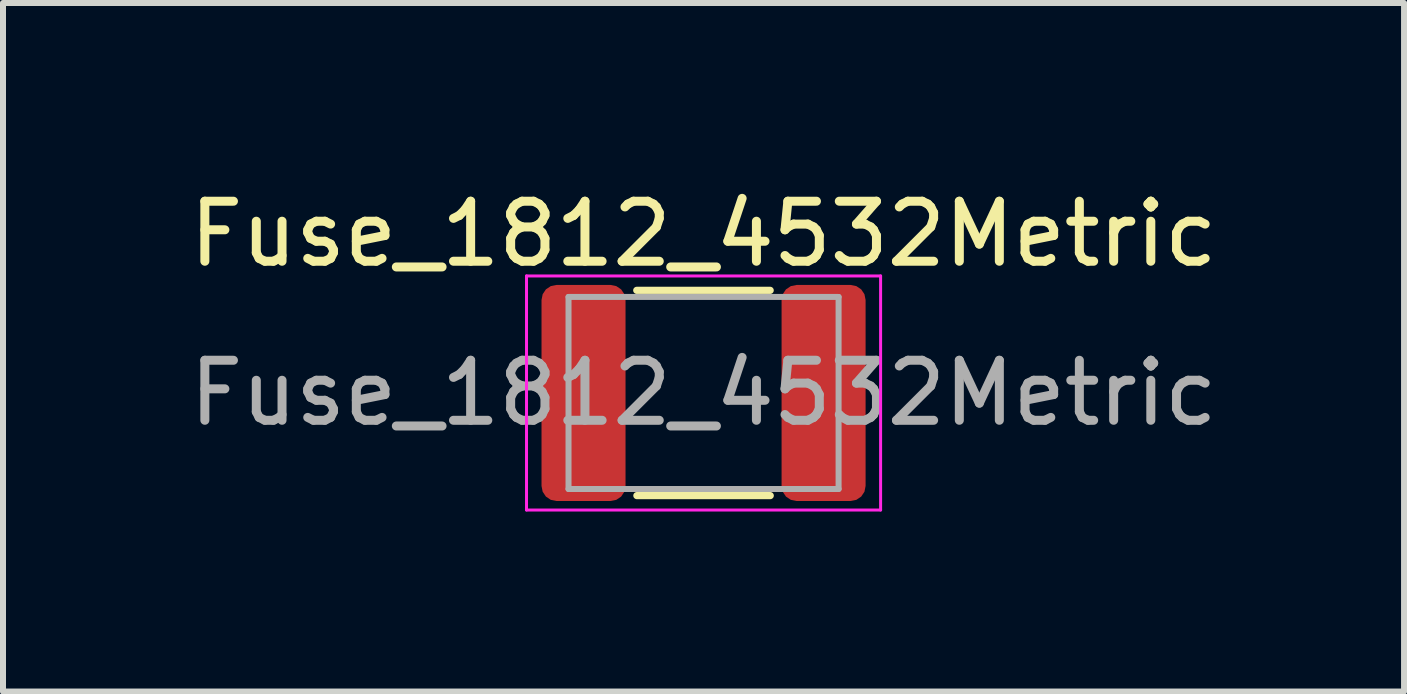
<source format=kicad_pcb>
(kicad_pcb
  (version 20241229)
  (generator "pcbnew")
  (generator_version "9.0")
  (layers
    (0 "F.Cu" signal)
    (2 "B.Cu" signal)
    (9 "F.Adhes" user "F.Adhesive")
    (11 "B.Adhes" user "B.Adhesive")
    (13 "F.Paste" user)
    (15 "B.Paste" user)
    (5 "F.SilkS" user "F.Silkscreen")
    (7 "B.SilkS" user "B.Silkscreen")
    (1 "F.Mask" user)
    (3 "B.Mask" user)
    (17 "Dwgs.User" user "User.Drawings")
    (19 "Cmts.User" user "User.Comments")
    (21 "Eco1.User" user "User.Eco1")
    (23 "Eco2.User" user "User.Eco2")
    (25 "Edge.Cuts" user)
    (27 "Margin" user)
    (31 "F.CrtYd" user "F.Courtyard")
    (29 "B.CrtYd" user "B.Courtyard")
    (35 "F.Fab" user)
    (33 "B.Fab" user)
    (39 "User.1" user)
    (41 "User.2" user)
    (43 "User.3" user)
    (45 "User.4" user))
  (footprint "Fuse_1812_4532Metric"
    (layer "F.Cu")
    (at 8.673 3.498)
    (property "Reference" "Fuse_1812_4532Metric" (at 0 -2.65 0) (layer "F.SilkS") (effects (font (size 1 1) (thickness 0.15))))
    (attr smd)
    (fp_line (start -1.113 -1.71) (end 1.11 -1.71) (stroke (width 0.12) (type solid)) (layer "F.SilkS"))
    (fp_line (start -1.111 1.71) (end 1.111 1.71) (stroke (width 0.12) (type solid)) (layer "F.SilkS"))
    (fp_line (start -2.95 -1.95) (end 2.95 -1.95) (stroke (width 0.05) (type solid)) (layer "F.CrtYd"))
    (fp_line (start -2.95 1.95) (end -2.95 -1.95) (stroke (width 0.05) (type solid)) (layer "F.CrtYd"))
    (fp_line (start 2.95 -1.95) (end 2.95 1.95) (stroke (width 0.05) (type solid)) (layer "F.CrtYd"))
    (fp_line (start 2.95 1.95) (end -2.95 1.95) (stroke (width 0.05) (type solid)) (layer "F.CrtYd"))
    (fp_line (start -2.25 -1.6) (end 2.25 -1.6) (stroke (width 0.1) (type solid)) (layer "F.Fab"))
    (fp_line (start -2.25 1.6) (end -2.25 -1.6) (stroke (width 0.1) (type solid)) (layer "F.Fab"))
    (fp_line (start 2.25 -1.6) (end 2.25 1.6) (stroke (width 0.1) (type solid)) (layer "F.Fab"))
    (fp_line (start 2.25 1.6) (end -2.25 1.6) (stroke (width 0.1) (type solid)) (layer "F.Fab"))
    (fp_text user "${REFERENCE}" (at 0 0 0) (layer "F.Fab") (effects (font (size 1 1) (thickness 0.15))))
    (pad "1" smd roundrect (at -2 0) (size 1.4 3.6) (layers "F.Cu" "F.Mask" "F.Paste") (roundrect_rratio 0.179))
    (pad "2" smd roundrect (at 2 0) (size 1.4 3.6) (layers "F.Cu" "F.Mask" "F.Paste") (roundrect_rratio 0.179)))
  (gr_rect
    (start -3 -3)
    (end 20.345 8.473)
    (stroke (width 0.1) (type default))
    (fill no)
    (layer "Edge.Cuts")))
</source>
